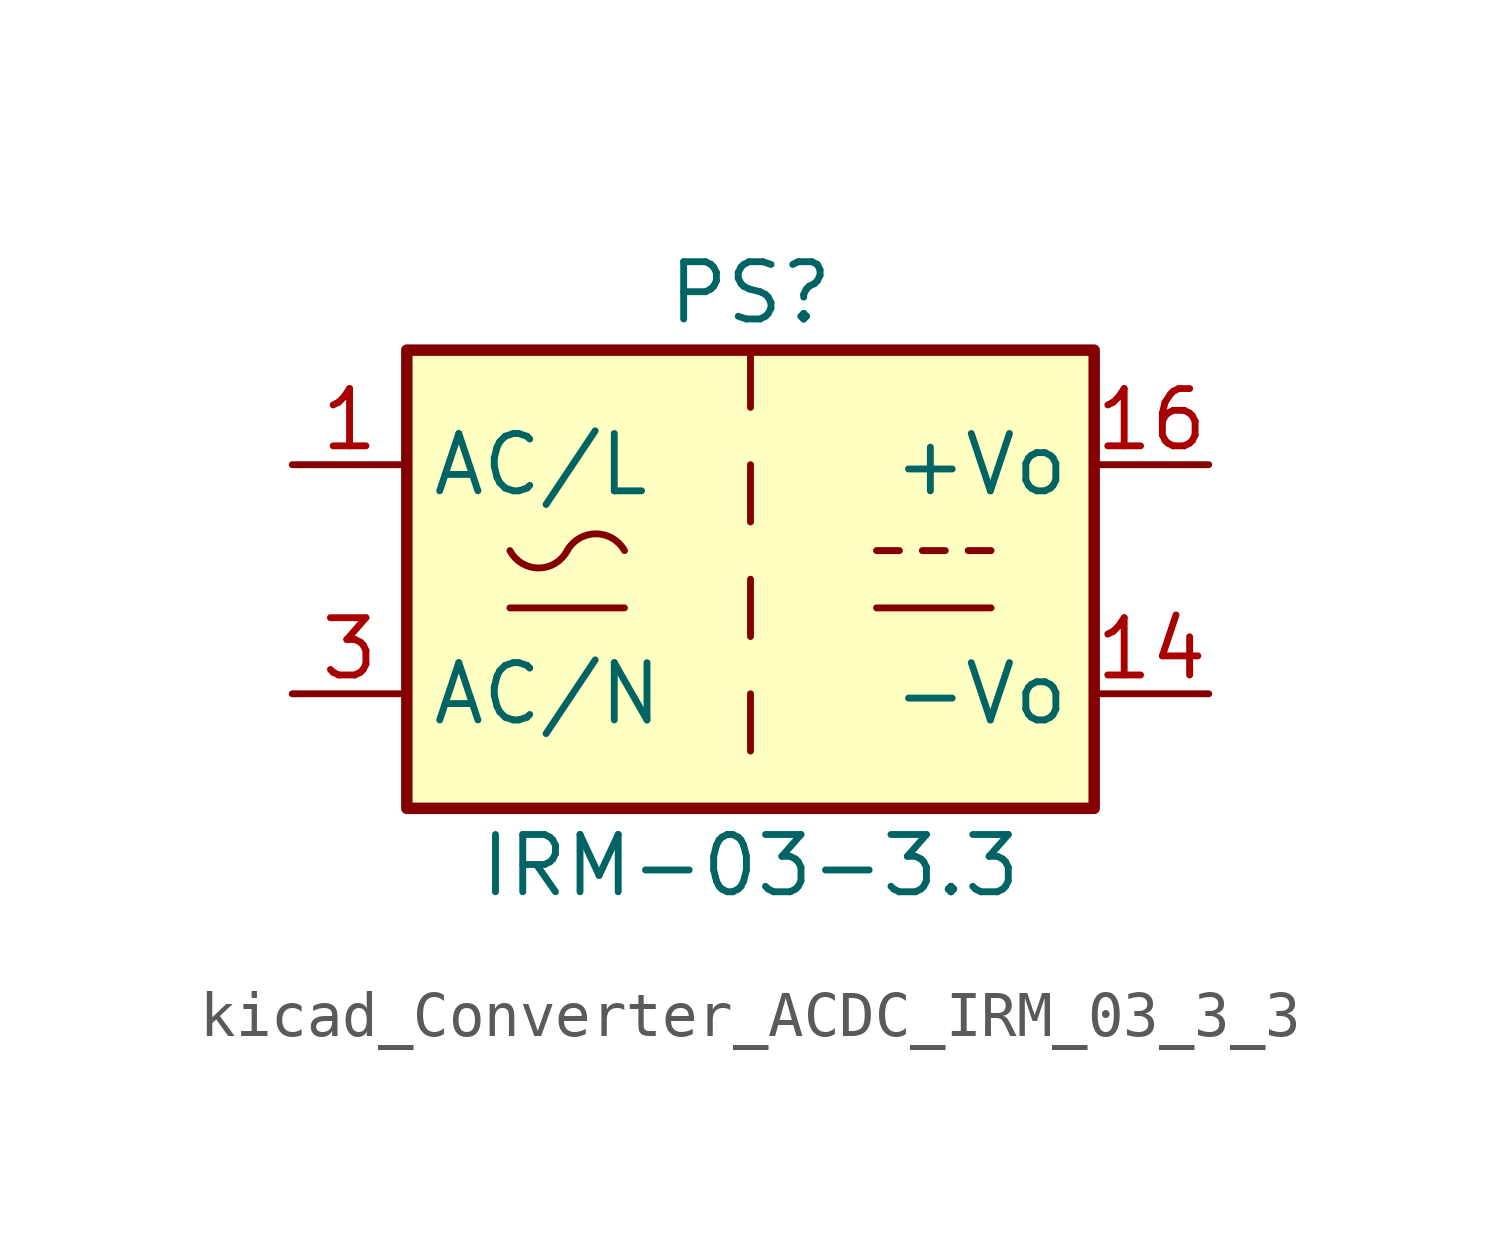
<source format=kicad_sym>
(kicad_symbol_lib
  (version 20220914)
  (generator kicad_symbol_editor)
  (symbol "kicad_Converter_ACDC_IRM_03_3_3"
    (property "Reference" "PS"
      (at 0 6.35 0)
      (effects (font (size 1.27 1.27))))
    (property "Value" "IRM-03-3.3"
      (at 0 -6.35 0)
      (effects (font (size 1.27 1.27))))
    (symbol "kicad_Converter_ACDC_IRM_03_3_3_0_1"
      (rectangle (start -7.62 5.08) (end 7.62 -5.08) (stroke (width 0.254) (type default)) (fill (type background)))
      (arc (start -5.334 0.635) (mid -4.699 0.2495) (end -4.064 0.635) (stroke (width 0) (type default)) (fill (type none)))
      (arc (start -2.794 0.635) (mid -3.429 1.0072) (end -4.064 0.635) (stroke (width 0) (type default)) (fill (type none)))
      (polyline (pts (xy -5.334 -0.635) (xy -2.794 -0.635)) (stroke (width 0) (type default)) (fill (type none)))
      (polyline (pts (xy 0 -2.54) (xy 0 -3.81)) (stroke (width 0) (type default)) (fill (type none)))
      (polyline (pts (xy 0 0) (xy 0 -1.27)) (stroke (width 0) (type default)) (fill (type none)))
      (polyline (pts (xy 0 2.54) (xy 0 1.27)) (stroke (width 0) (type default)) (fill (type none)))
      (polyline (pts (xy 0 5.08) (xy 0 3.81)) (stroke (width 0) (type default)) (fill (type none)))
      (polyline (pts (xy 2.794 -0.635) (xy 5.334 -0.635)) (stroke (width 0) (type default)) (fill (type none)))
      (polyline (pts (xy 2.794 0.635) (xy 3.302 0.635)) (stroke (width 0) (type default)) (fill (type none)))
      (polyline (pts (xy 3.81 0.635) (xy 4.318 0.635)) (stroke (width 0) (type default)) (fill (type none)))
      (polyline (pts (xy 4.826 0.635) (xy 5.334 0.635)) (stroke (width 0) (type default)) (fill (type none))))
    (symbol "kicad_Converter_ACDC_IRM_03_3_3_1_1"
      (pin power_in line (at -10.16 2.54 0) (length 2.54) (name "AC/L" (effects (font (size 1.27 1.27)))) (number "1" (effects (font (size 1.27 1.27)))))
      (pin power_out line (at 10.16 -2.54 180) (length 2.54) (name "-Vo" (effects (font (size 1.27 1.27)))) (number "14" (effects (font (size 1.27 1.27)))))
      (pin power_out line (at 10.16 2.54 180) (length 2.54) (name "+Vo" (effects (font (size 1.27 1.27)))) (number "16" (effects (font (size 1.27 1.27)))))
      (pin power_in line (at -10.16 -2.54 0) (length 2.54) (name "AC/N" (effects (font (size 1.27 1.27)))) (number "3" (effects (font (size 1.27 1.27)))))
      (pin no_connect line (at -7.62 0 0) (length 2.54) hide (name "NC" (effects (font (size 1.27 1.27)))) (number "5" (effects (font (size 1.27 1.27))))))))
</source>
